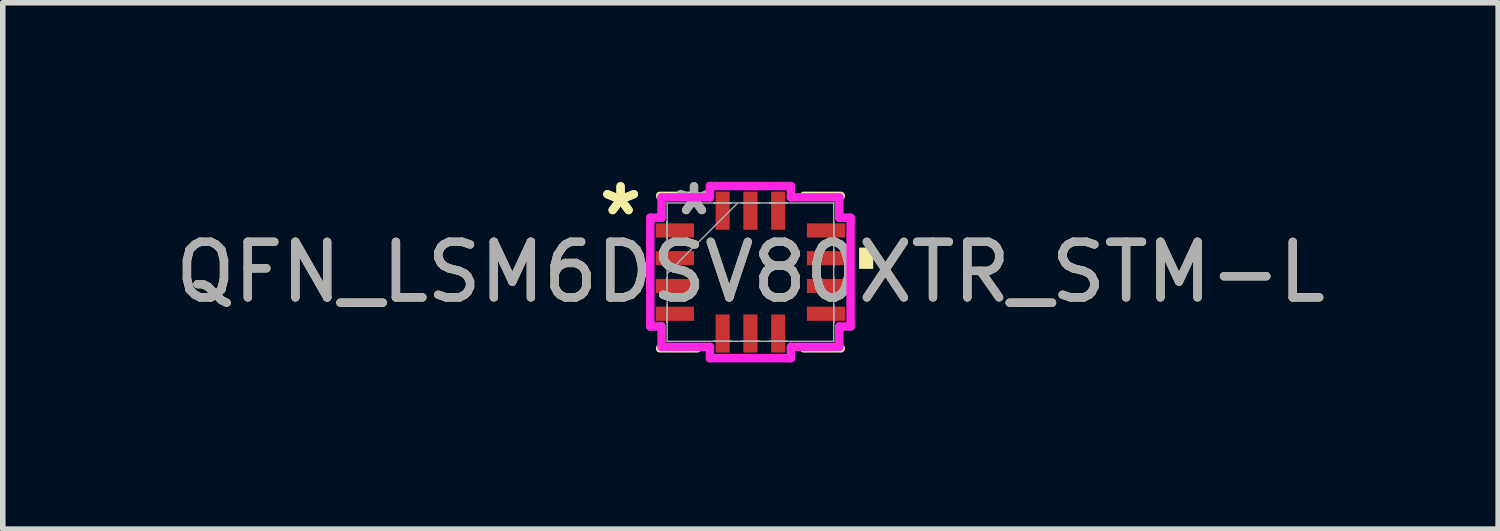
<source format=kicad_pcb>
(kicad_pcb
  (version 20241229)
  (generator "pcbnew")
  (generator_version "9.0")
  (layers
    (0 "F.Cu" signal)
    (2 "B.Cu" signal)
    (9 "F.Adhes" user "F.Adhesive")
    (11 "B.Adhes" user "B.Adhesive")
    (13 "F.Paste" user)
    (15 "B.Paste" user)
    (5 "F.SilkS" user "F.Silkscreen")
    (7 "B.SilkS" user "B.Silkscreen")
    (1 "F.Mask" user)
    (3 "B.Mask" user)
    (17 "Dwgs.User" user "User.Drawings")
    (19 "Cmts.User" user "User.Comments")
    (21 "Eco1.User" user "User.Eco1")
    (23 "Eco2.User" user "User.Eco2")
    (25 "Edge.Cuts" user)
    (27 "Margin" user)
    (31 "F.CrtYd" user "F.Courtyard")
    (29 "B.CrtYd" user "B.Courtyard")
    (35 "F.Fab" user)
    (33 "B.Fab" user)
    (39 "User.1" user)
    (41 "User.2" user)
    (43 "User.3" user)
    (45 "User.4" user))
  (footprint "QFN_LSM6DSV80XTR_STM-L"
    (layer "F.Cu")
    (at 10.458 1.848)
    (property "Reference" "QFN_LSM6DSV80XTR_STM-L" (at 0 0 0) (unlocked yes) (layer "F.SilkS") (effects (font (size 1 1) (thickness 0.15))))
    (attr smd)
    (fp_line (start -1.626 1.372) (end -0.96 1.372) (stroke (width 0.152) (type solid)) (layer "F.SilkS"))
    (fp_line (start -0.96 -1.372) (end -1.626 -1.372) (stroke (width 0.152) (type solid)) (layer "F.SilkS"))
    (fp_line (start 0.96 1.372) (end 1.626 1.372) (stroke (width 0.152) (type solid)) (layer "F.SilkS"))
    (fp_line (start 1.626 -1.372) (end 0.96 -1.372) (stroke (width 0.152) (type solid)) (layer "F.SilkS"))
    (fp_poly (pts (xy 2.21 -0.441) (xy 2.21 -0.059) (xy 1.956 -0.059) (xy 1.956 -0.441)) (stroke (width 0) (type solid)) (fill yes) (layer "F.SilkS"))
    (fp_line (start -1.803 -0.979) (end -1.6 -0.979) (stroke (width 0.152) (type solid)) (layer "F.CrtYd"))
    (fp_line (start -1.803 0.979) (end -1.803 -0.979) (stroke (width 0.152) (type solid)) (layer "F.CrtYd"))
    (fp_line (start -1.6 -1.346) (end -0.729 -1.346) (stroke (width 0.152) (type solid)) (layer "F.CrtYd"))
    (fp_line (start -1.6 -0.979) (end -1.6 -1.346) (stroke (width 0.152) (type solid)) (layer "F.CrtYd"))
    (fp_line (start -1.6 0.979) (end -1.803 0.979) (stroke (width 0.152) (type solid)) (layer "F.CrtYd"))
    (fp_line (start -1.6 1.346) (end -1.6 0.979) (stroke (width 0.152) (type solid)) (layer "F.CrtYd"))
    (fp_line (start -0.729 -1.549) (end 0.729 -1.549) (stroke (width 0.152) (type solid)) (layer "F.CrtYd"))
    (fp_line (start -0.729 -1.346) (end -0.729 -1.549) (stroke (width 0.152) (type solid)) (layer "F.CrtYd"))
    (fp_line (start -0.729 1.346) (end -1.6 1.346) (stroke (width 0.152) (type solid)) (layer "F.CrtYd"))
    (fp_line (start -0.729 1.549) (end -0.729 1.346) (stroke (width 0.152) (type solid)) (layer "F.CrtYd"))
    (fp_line (start 0.729 -1.549) (end 0.729 -1.346) (stroke (width 0.152) (type solid)) (layer "F.CrtYd"))
    (fp_line (start 0.729 -1.346) (end 1.6 -1.346) (stroke (width 0.152) (type solid)) (layer "F.CrtYd"))
    (fp_line (start 0.729 1.346) (end 0.729 1.549) (stroke (width 0.152) (type solid)) (layer "F.CrtYd"))
    (fp_line (start 0.729 1.549) (end -0.729 1.549) (stroke (width 0.152) (type solid)) (layer "F.CrtYd"))
    (fp_line (start 1.6 -1.346) (end 1.6 -0.979) (stroke (width 0.152) (type solid)) (layer "F.CrtYd"))
    (fp_line (start 1.6 -0.979) (end 1.803 -0.979) (stroke (width 0.152) (type solid)) (layer "F.CrtYd"))
    (fp_line (start 1.6 0.979) (end 1.6 1.346) (stroke (width 0.152) (type solid)) (layer "F.CrtYd"))
    (fp_line (start 1.6 1.346) (end 0.729 1.346) (stroke (width 0.152) (type solid)) (layer "F.CrtYd"))
    (fp_line (start 1.803 -0.979) (end 1.803 0.979) (stroke (width 0.152) (type solid)) (layer "F.CrtYd"))
    (fp_line (start 1.803 0.979) (end 1.6 0.979) (stroke (width 0.152) (type solid)) (layer "F.CrtYd"))
    (fp_line (start -1.499 -1.245) (end -1.499 -1.245) (stroke (width 0.025) (type solid)) (layer "F.Fab"))
    (fp_line (start -1.499 -1.245) (end -1.499 1.245) (stroke (width 0.025) (type solid)) (layer "F.Fab"))
    (fp_line (start -1.499 -0.902) (end -1.499 -0.902) (stroke (width 0.025) (type solid)) (layer "F.Fab"))
    (fp_line (start -1.499 -0.902) (end -1.499 -0.598) (stroke (width 0.025) (type solid)) (layer "F.Fab"))
    (fp_line (start -1.499 -0.598) (end -1.499 -0.902) (stroke (width 0.025) (type solid)) (layer "F.Fab"))
    (fp_line (start -1.499 -0.598) (end -1.499 -0.598) (stroke (width 0.025) (type solid)) (layer "F.Fab"))
    (fp_line (start -1.499 -0.402) (end -1.499 -0.402) (stroke (width 0.025) (type solid)) (layer "F.Fab"))
    (fp_line (start -1.499 -0.402) (end -1.499 -0.098) (stroke (width 0.025) (type solid)) (layer "F.Fab"))
    (fp_line (start -1.499 -0.098) (end -1.499 -0.402) (stroke (width 0.025) (type solid)) (layer "F.Fab"))
    (fp_line (start -1.499 -0.098) (end -1.499 -0.098) (stroke (width 0.025) (type solid)) (layer "F.Fab"))
    (fp_line (start -1.499 0.025) (end -0.229 -1.245) (stroke (width 0.025) (type solid)) (layer "F.Fab"))
    (fp_line (start -1.499 0.098) (end -1.499 0.098) (stroke (width 0.025) (type solid)) (layer "F.Fab"))
    (fp_line (start -1.499 0.098) (end -1.499 0.402) (stroke (width 0.025) (type solid)) (layer "F.Fab"))
    (fp_line (start -1.499 0.402) (end -1.499 0.098) (stroke (width 0.025) (type solid)) (layer "F.Fab"))
    (fp_line (start -1.499 0.402) (end -1.499 0.402) (stroke (width 0.025) (type solid)) (layer "F.Fab"))
    (fp_line (start -1.499 0.598) (end -1.499 0.598) (stroke (width 0.025) (type solid)) (layer "F.Fab"))
    (fp_line (start -1.499 0.598) (end -1.499 0.902) (stroke (width 0.025) (type solid)) (layer "F.Fab"))
    (fp_line (start -1.499 0.902) (end -1.499 0.598) (stroke (width 0.025) (type solid)) (layer "F.Fab"))
    (fp_line (start -1.499 0.902) (end -1.499 0.902) (stroke (width 0.025) (type solid)) (layer "F.Fab"))
    (fp_line (start -1.499 1.245) (end -1.499 1.245) (stroke (width 0.025) (type solid)) (layer "F.Fab"))
    (fp_line (start -1.499 1.245) (end 1.499 1.245) (stroke (width 0.025) (type solid)) (layer "F.Fab"))
    (fp_line (start -0.652 -1.245) (end -0.652 -1.245) (stroke (width 0.025) (type solid)) (layer "F.Fab"))
    (fp_line (start -0.652 -1.245) (end -0.348 -1.245) (stroke (width 0.025) (type solid)) (layer "F.Fab"))
    (fp_line (start -0.652 1.245) (end -0.652 1.245) (stroke (width 0.025) (type solid)) (layer "F.Fab"))
    (fp_line (start -0.652 1.245) (end -0.348 1.245) (stroke (width 0.025) (type solid)) (layer "F.Fab"))
    (fp_line (start -0.348 -1.245) (end -0.652 -1.245) (stroke (width 0.025) (type solid)) (layer "F.Fab"))
    (fp_line (start -0.348 -1.245) (end -0.348 -1.245) (stroke (width 0.025) (type solid)) (layer "F.Fab"))
    (fp_line (start -0.348 1.245) (end -0.652 1.245) (stroke (width 0.025) (type solid)) (layer "F.Fab"))
    (fp_line (start -0.348 1.245) (end -0.348 1.245) (stroke (width 0.025) (type solid)) (layer "F.Fab"))
    (fp_line (start -0.152 -1.245) (end -0.152 -1.245) (stroke (width 0.025) (type solid)) (layer "F.Fab"))
    (fp_line (start -0.152 -1.245) (end 0.152 -1.245) (stroke (width 0.025) (type solid)) (layer "F.Fab"))
    (fp_line (start -0.152 1.245) (end -0.152 1.245) (stroke (width 0.025) (type solid)) (layer "F.Fab"))
    (fp_line (start -0.152 1.245) (end 0.152 1.245) (stroke (width 0.025) (type solid)) (layer "F.Fab"))
    (fp_line (start 0.152 -1.245) (end -0.152 -1.245) (stroke (width 0.025) (type solid)) (layer "F.Fab"))
    (fp_line (start 0.152 -1.245) (end 0.152 -1.245) (stroke (width 0.025) (type solid)) (layer "F.Fab"))
    (fp_line (start 0.152 1.245) (end -0.152 1.245) (stroke (width 0.025) (type solid)) (layer "F.Fab"))
    (fp_line (start 0.152 1.245) (end 0.152 1.245) (stroke (width 0.025) (type solid)) (layer "F.Fab"))
    (fp_line (start 0.348 -1.245) (end 0.348 -1.245) (stroke (width 0.025) (type solid)) (layer "F.Fab"))
    (fp_line (start 0.348 -1.245) (end 0.652 -1.245) (stroke (width 0.025) (type solid)) (layer "F.Fab"))
    (fp_line (start 0.348 1.245) (end 0.348 1.245) (stroke (width 0.025) (type solid)) (layer "F.Fab"))
    (fp_line (start 0.348 1.245) (end 0.652 1.245) (stroke (width 0.025) (type solid)) (layer "F.Fab"))
    (fp_line (start 0.652 -1.245) (end 0.348 -1.245) (stroke (width 0.025) (type solid)) (layer "F.Fab"))
    (fp_line (start 0.652 -1.245) (end 0.652 -1.245) (stroke (width 0.025) (type solid)) (layer "F.Fab"))
    (fp_line (start 0.652 1.245) (end 0.348 1.245) (stroke (width 0.025) (type solid)) (layer "F.Fab"))
    (fp_line (start 0.652 1.245) (end 0.652 1.245) (stroke (width 0.025) (type solid)) (layer "F.Fab"))
    (fp_line (start 1.499 -1.245) (end -1.499 -1.245) (stroke (width 0.025) (type solid)) (layer "F.Fab"))
    (fp_line (start 1.499 -1.245) (end 1.499 -1.245) (stroke (width 0.025) (type solid)) (layer "F.Fab"))
    (fp_line (start 1.499 -0.902) (end 1.499 -0.902) (stroke (width 0.025) (type solid)) (layer "F.Fab"))
    (fp_line (start 1.499 -0.902) (end 1.499 -0.598) (stroke (width 0.025) (type solid)) (layer "F.Fab"))
    (fp_line (start 1.499 -0.598) (end 1.499 -0.902) (stroke (width 0.025) (type solid)) (layer "F.Fab"))
    (fp_line (start 1.499 -0.598) (end 1.499 -0.598) (stroke (width 0.025) (type solid)) (layer "F.Fab"))
    (fp_line (start 1.499 -0.402) (end 1.499 -0.402) (stroke (width 0.025) (type solid)) (layer "F.Fab"))
    (fp_line (start 1.499 -0.402) (end 1.499 -0.098) (stroke (width 0.025) (type solid)) (layer "F.Fab"))
    (fp_line (start 1.499 -0.098) (end 1.499 -0.402) (stroke (width 0.025) (type solid)) (layer "F.Fab"))
    (fp_line (start 1.499 -0.098) (end 1.499 -0.098) (stroke (width 0.025) (type solid)) (layer "F.Fab"))
    (fp_line (start 1.499 0.098) (end 1.499 0.098) (stroke (width 0.025) (type solid)) (layer "F.Fab"))
    (fp_line (start 1.499 0.098) (end 1.499 0.402) (stroke (width 0.025) (type solid)) (layer "F.Fab"))
    (fp_line (start 1.499 0.402) (end 1.499 0.098) (stroke (width 0.025) (type solid)) (layer "F.Fab"))
    (fp_line (start 1.499 0.402) (end 1.499 0.402) (stroke (width 0.025) (type solid)) (layer "F.Fab"))
    (fp_line (start 1.499 0.598) (end 1.499 0.598) (stroke (width 0.025) (type solid)) (layer "F.Fab"))
    (fp_line (start 1.499 0.598) (end 1.499 0.902) (stroke (width 0.025) (type solid)) (layer "F.Fab"))
    (fp_line (start 1.499 0.902) (end 1.499 0.598) (stroke (width 0.025) (type solid)) (layer "F.Fab"))
    (fp_line (start 1.499 0.902) (end 1.499 0.902) (stroke (width 0.025) (type solid)) (layer "F.Fab"))
    (fp_line (start 1.499 1.245) (end 1.499 -1.245) (stroke (width 0.025) (type solid)) (layer "F.Fab"))
    (fp_line (start 1.499 1.245) (end 1.499 1.245) (stroke (width 0.025) (type solid)) (layer "F.Fab"))
    (fp_text user "*" (at -2.337 -1 0) (layer "F.SilkS") (effects (font (size 1 1) (thickness 0.15))))
    (fp_text user "*" (at -2.337 -1 0) (unlocked yes) (layer "F.SilkS") (effects (font (size 1 1) (thickness 0.15))))
    (fp_text user "*" (at -1.016 -1 0) (unlocked yes) (layer "F.Fab") (effects (font (size 1 1) (thickness 0.15))))
    (fp_text user "*" (at -1.016 -1 0) (layer "F.Fab") (effects (font (size 1 1) (thickness 0.15))))
    (fp_text user "${REFERENCE}" (at 0 0 0) (unlocked yes) (layer "F.Fab") (effects (font (size 1 1) (thickness 0.15))))
    (pad "1" smd rect (at -1.359 -0.75 90) (size 0.254 0.686) (layers "F.Cu" "F.Mask" "F.Paste"))
    (pad "2" smd rect (at -1.359 -0.25 90) (size 0.254 0.686) (layers "F.Cu" "F.Mask" "F.Paste"))
    (pad "3" smd rect (at -1.359 0.25 90) (size 0.254 0.686) (layers "F.Cu" "F.Mask" "F.Paste"))
    (pad "4" smd rect (at -1.359 0.75 90) (size 0.254 0.686) (layers "F.Cu" "F.Mask" "F.Paste"))
    (pad "5" smd rect (at -0.5 1.105) (size 0.254 0.686) (layers "F.Cu" "F.Mask" "F.Paste"))
    (pad "6" smd rect (at 0 1.105) (size 0.254 0.686) (layers "F.Cu" "F.Mask" "F.Paste"))
    (pad "7" smd rect (at 0.5 1.105) (size 0.254 0.686) (layers "F.Cu" "F.Mask" "F.Paste"))
    (pad "8" smd rect (at 1.359 0.75 90) (size 0.254 0.686) (layers "F.Cu" "F.Mask" "F.Paste"))
    (pad "9" smd rect (at 1.359 0.25 90) (size 0.254 0.686) (layers "F.Cu" "F.Mask" "F.Paste"))
    (pad "10" smd rect (at 1.359 -0.25 90) (size 0.254 0.686) (layers "F.Cu" "F.Mask" "F.Paste"))
    (pad "11" smd rect (at 1.359 -0.75 90) (size 0.254 0.686) (layers "F.Cu" "F.Mask" "F.Paste"))
    (pad "12" smd rect (at 0.5 -1.105) (size 0.254 0.686) (layers "F.Cu" "F.Mask" "F.Paste"))
    (pad "13" smd rect (at 0 -1.105) (size 0.254 0.686) (layers "F.Cu" "F.Mask" "F.Paste"))
    (pad "14" smd rect (at -0.5 -1.105) (size 0.254 0.686) (layers "F.Cu" "F.Mask" "F.Paste")))
  (gr_rect
    (start -3 -3)
    (end 23.917 6.474)
    (stroke (width 0.1) (type default))
    (fill no)
    (layer "Edge.Cuts")))
</source>
